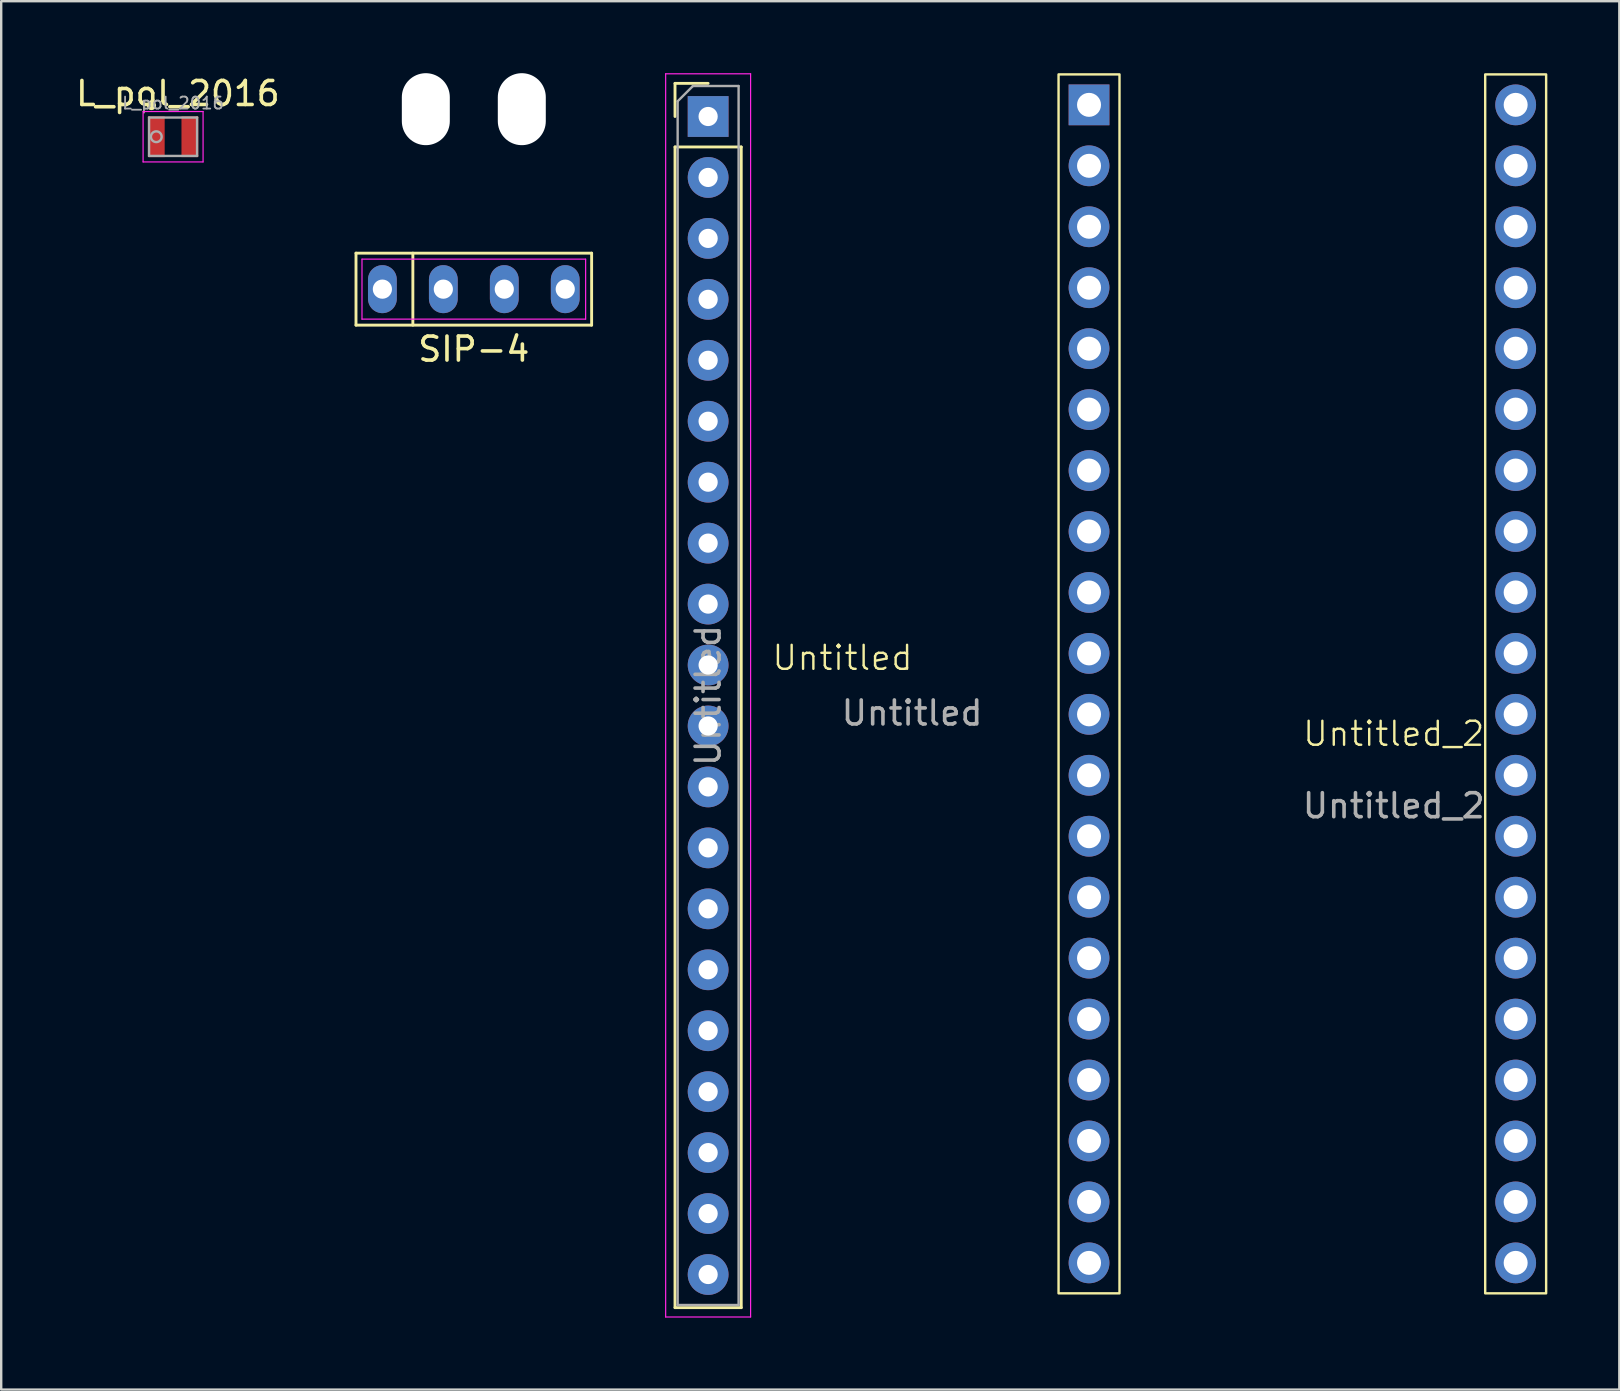
<source format=kicad_pcb>
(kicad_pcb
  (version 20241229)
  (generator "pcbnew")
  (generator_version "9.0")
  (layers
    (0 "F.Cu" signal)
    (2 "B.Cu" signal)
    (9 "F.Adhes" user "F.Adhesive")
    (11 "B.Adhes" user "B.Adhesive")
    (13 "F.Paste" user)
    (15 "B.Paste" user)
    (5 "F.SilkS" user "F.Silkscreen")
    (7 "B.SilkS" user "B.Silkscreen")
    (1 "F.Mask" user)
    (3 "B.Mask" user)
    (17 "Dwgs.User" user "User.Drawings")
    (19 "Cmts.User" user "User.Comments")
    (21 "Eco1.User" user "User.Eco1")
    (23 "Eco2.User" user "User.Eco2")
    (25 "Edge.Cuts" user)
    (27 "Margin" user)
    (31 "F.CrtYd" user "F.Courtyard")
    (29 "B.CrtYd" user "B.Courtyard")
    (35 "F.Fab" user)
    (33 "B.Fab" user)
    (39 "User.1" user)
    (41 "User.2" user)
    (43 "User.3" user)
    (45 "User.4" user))
  (footprint "SIP-4"
    (layer "F.Cu")
    (at 16.696 9)
    (property "Reference" "SIP-4" (at 0 2.5 0) (layer "F.SilkS") (effects (font (size 1 1) (thickness 0.15))))
    (attr through_hole)
    (fp_line (start -4.91 -1.5) (end 4.91 -1.5) (stroke (width 0.12) (type default)) (layer "F.SilkS"))
    (fp_line (start -4.91 1.5) (end -4.91 -1.5) (stroke (width 0.12) (type default)) (layer "F.SilkS"))
    (fp_line (start -2.54 -1.5) (end -2.54 1.5) (stroke (width 0.12) (type default)) (layer "F.SilkS"))
    (fp_line (start 4.91 -1.5) (end 4.91 1.5) (stroke (width 0.12) (type default)) (layer "F.SilkS"))
    (fp_line (start 4.91 1.5) (end -4.91 1.5) (stroke (width 0.12) (type default)) (layer "F.SilkS"))
    (fp_line (start -4.66 -1.25) (end 4.66 -1.25) (stroke (width 0.05) (type default)) (layer "F.CrtYd"))
    (fp_line (start -4.66 1.25) (end -4.66 -1.25) (stroke (width 0.05) (type default)) (layer "F.CrtYd"))
    (fp_line (start 4.66 -1.25) (end 4.66 1.25) (stroke (width 0.05) (type default)) (layer "F.CrtYd"))
    (fp_line (start 4.66 1.25) (end -4.66 1.25) (stroke (width 0.05) (type default)) (layer "F.CrtYd"))
    (pad "" np_thru_hole oval (at -2 -7.5 90) (size 3 2) (drill oval 3 2) (layers "*.Cu" "*.Mask"))
    (pad "" np_thru_hole oval (at 2 -7.5 90) (size 3 2) (drill oval 3 2) (layers "*.Cu" "*.Mask"))
    (pad "1" thru_hole oval (at -3.81 0) (size 1.2 2) (drill 0.8) (layers "*.Cu" "*.Mask"))
    (pad "2" thru_hole oval (at -1.27 0) (size 1.2 2) (drill 0.8) (layers "*.Cu" "*.Mask"))
    (pad "3" thru_hole oval (at 1.27 0) (size 1.2 2) (drill 0.8) (layers "*.Cu" "*.Mask"))
    (pad "4" thru_hole oval (at 3.81 0) (size 1.2 2) (drill 0.8) (layers "*.Cu" "*.Mask")))
  (footprint "Untitled"
    (layer "F.Cu")
    (at 26.361 25.965)
    (property "Reference" "Untitled" (at 5.7 -1.6 0) (unlocked yes) (layer "F.SilkS") (effects (font (size 1 1) (thickness 0.1))))
    (attr smd)
    (fp_line (start -1.28 -25.54) (end 0.1 -25.54) (stroke (width 0.12) (type solid)) (layer "F.SilkS"))
    (fp_line (start -1.28 -24.16) (end -1.28 -25.54) (stroke (width 0.12) (type solid)) (layer "F.SilkS"))
    (fp_line (start -1.28 -22.89) (end -1.28 25.48) (stroke (width 0.12) (type solid)) (layer "F.SilkS"))
    (fp_line (start -1.28 -22.89) (end 1.48 -22.89) (stroke (width 0.12) (type solid)) (layer "F.SilkS"))
    (fp_line (start -1.28 25.48) (end 1.48 25.48) (stroke (width 0.12) (type solid)) (layer "F.SilkS"))
    (fp_line (start 1.48 -22.89) (end 1.48 25.48) (stroke (width 0.12) (type solid)) (layer "F.SilkS"))
    (fp_line (start -1.67 -25.94) (end -1.67 25.87) (stroke (width 0.05) (type solid)) (layer "F.CrtYd"))
    (fp_line (start -1.67 25.87) (end 1.87 25.87) (stroke (width 0.05) (type solid)) (layer "F.CrtYd"))
    (fp_line (start 1.87 -25.94) (end -1.67 -25.94) (stroke (width 0.05) (type solid)) (layer "F.CrtYd"))
    (fp_line (start 1.87 25.87) (end 1.87 -25.94) (stroke (width 0.05) (type solid)) (layer "F.CrtYd"))
    (fp_line (start -1.17 -24.795) (end -0.535 -25.43) (stroke (width 0.1) (type solid)) (layer "F.Fab"))
    (fp_line (start -1.17 25.37) (end -1.17 -24.795) (stroke (width 0.1) (type solid)) (layer "F.Fab"))
    (fp_line (start -0.535 -25.43) (end 1.37 -25.43) (stroke (width 0.1) (type solid)) (layer "F.Fab"))
    (fp_line (start 1.37 -25.43) (end 1.37 25.37) (stroke (width 0.1) (type solid)) (layer "F.Fab"))
    (fp_line (start 1.37 25.37) (end -1.17 25.37) (stroke (width 0.1) (type solid)) (layer "F.Fab"))
    (fp_text user "${REFERENCE}" (at 8.6 0.7 0) (unlocked yes) (layer "F.Fab") (effects (font (size 1 1) (thickness 0.15))))
    (fp_text user "${REFERENCE}" (at 0.1 -0.03 90) (layer "F.Fab") (effects (font (size 1 1) (thickness 0.15))))
    (pad "1" thru_hole rect (at 0.1 -24.16) (size 1.7 1.7) (drill 0.8) (layers "*.Cu" "*.Mask"))
    (pad "2" thru_hole circle (at 0.1 -21.62) (size 1.7 1.7) (drill 0.8) (layers "*.Cu" "*.Mask"))
    (pad "3" thru_hole circle (at 0.1 -19.08) (size 1.7 1.7) (drill 0.8) (layers "*.Cu" "*.Mask"))
    (pad "4" thru_hole circle (at 0.1 -16.54) (size 1.7 1.7) (drill 0.8) (layers "*.Cu" "*.Mask"))
    (pad "5" thru_hole circle (at 0.1 -14) (size 1.7 1.7) (drill 0.8) (layers "*.Cu" "*.Mask"))
    (pad "6" thru_hole circle (at 0.1 -11.46) (size 1.7 1.7) (drill 0.8) (layers "*.Cu" "*.Mask"))
    (pad "7" thru_hole circle (at 0.1 -8.92) (size 1.7 1.7) (drill 0.8) (layers "*.Cu" "*.Mask"))
    (pad "8" thru_hole circle (at 0.1 -6.38) (size 1.7 1.7) (drill 0.8) (layers "*.Cu" "*.Mask"))
    (pad "9" thru_hole circle (at 0.1 -3.84) (size 1.7 1.7) (drill 0.8) (layers "*.Cu" "*.Mask"))
    (pad "10" thru_hole circle (at 0.1 -1.3) (size 1.7 1.7) (drill 0.8) (layers "*.Cu" "*.Mask"))
    (pad "11" thru_hole circle (at 0.1 1.24) (size 1.7 1.7) (drill 0.8) (layers "*.Cu" "*.Mask"))
    (pad "12" thru_hole circle (at 0.1 3.78) (size 1.7 1.7) (drill 0.8) (layers "*.Cu" "*.Mask"))
    (pad "13" thru_hole circle (at 0.1 6.32) (size 1.7 1.7) (drill 0.8) (layers "*.Cu" "*.Mask"))
    (pad "14" thru_hole circle (at 0.1 8.86) (size 1.7 1.7) (drill 0.8) (layers "*.Cu" "*.Mask"))
    (pad "15" thru_hole circle (at 0.1 11.4) (size 1.7 1.7) (drill 0.8) (layers "*.Cu" "*.Mask"))
    (pad "16" thru_hole circle (at 0.1 13.94) (size 1.7 1.7) (drill 0.8) (layers "*.Cu" "*.Mask"))
    (pad "17" thru_hole circle (at 0.1 16.48) (size 1.7 1.7) (drill 0.8) (layers "*.Cu" "*.Mask"))
    (pad "18" thru_hole circle (at 0.1 19.02) (size 1.7 1.7) (drill 0.8) (layers "*.Cu" "*.Mask"))
    (pad "19" thru_hole circle (at 0.1 21.56) (size 1.7 1.7) (drill 0.8) (layers "*.Cu" "*.Mask"))
    (pad "20" thru_hole circle (at 0.1 24.1) (size 1.7 1.7) (drill 0.8) (layers "*.Cu" "*.Mask")))
  (footprint "Untitled_2"
    (layer "F.Cu")
    (at 42.335 25.45)
    (property "Reference" "Untitled_2" (at 12.7 2.08 0) (unlocked yes) (layer "F.SilkS") (effects (font (size 1 1) (thickness 0.1))))
    (attr smd)
    (fp_rect (start -1.27 -25.4) (end 1.27 25.4) (stroke (width 0.1) (type default)) (fill no) (layer "F.SilkS"))
    (fp_rect (start 16.51 -25.4) (end 19.05 25.4) (stroke (width 0.1) (type default)) (fill no) (layer "F.SilkS"))
    (fp_text user "${REFERENCE}" (at 12.7 5.08 0) (unlocked yes) (layer "F.Fab") (effects (font (size 1 1) (thickness 0.15))))
    (pad "1" thru_hole rect (at 0 -24.13) (size 1.7 1.7) (drill 1) (layers "*.Cu" "*.Mask"))
    (pad "2" thru_hole circle (at 0 -21.59) (size 1.7 1.7) (drill 1) (layers "*.Cu" "*.Mask"))
    (pad "3" thru_hole circle (at 0 -19.05) (size 1.7 1.7) (drill 1) (layers "*.Cu" "*.Mask"))
    (pad "4" thru_hole circle (at 0 -16.51) (size 1.7 1.7) (drill 1) (layers "*.Cu" "*.Mask"))
    (pad "5" thru_hole circle (at 0 -13.97) (size 1.7 1.7) (drill 1) (layers "*.Cu" "*.Mask"))
    (pad "6" thru_hole circle (at 0 -11.43) (size 1.7 1.7) (drill 1) (layers "*.Cu" "*.Mask"))
    (pad "7" thru_hole circle (at 0 -8.89) (size 1.7 1.7) (drill 1) (layers "*.Cu" "*.Mask"))
    (pad "8" thru_hole circle (at 0 -6.35) (size 1.7 1.7) (drill 1) (layers "*.Cu" "*.Mask"))
    (pad "9" thru_hole circle (at 0 -3.81) (size 1.7 1.7) (drill 1) (layers "*.Cu" "*.Mask"))
    (pad "10" thru_hole circle (at 0 -1.27) (size 1.7 1.7) (drill 1) (layers "*.Cu" "*.Mask"))
    (pad "11" thru_hole circle (at 0 1.27) (size 1.7 1.7) (drill 1) (layers "*.Cu" "*.Mask"))
    (pad "12" thru_hole circle (at 0 3.81) (size 1.7 1.7) (drill 1) (layers "*.Cu" "*.Mask"))
    (pad "13" thru_hole circle (at 0 6.35) (size 1.7 1.7) (drill 1) (layers "*.Cu" "*.Mask"))
    (pad "14" thru_hole circle (at 0 8.89) (size 1.7 1.7) (drill 1) (layers "*.Cu" "*.Mask"))
    (pad "15" thru_hole circle (at 0 11.43) (size 1.7 1.7) (drill 1) (layers "*.Cu" "*.Mask"))
    (pad "16" thru_hole circle (at 0 13.97) (size 1.7 1.7) (drill 1) (layers "*.Cu" "*.Mask"))
    (pad "17" thru_hole circle (at 0 16.51) (size 1.7 1.7) (drill 1) (layers "*.Cu" "*.Mask"))
    (pad "18" thru_hole circle (at 0 19.05) (size 1.7 1.7) (drill 1) (layers "*.Cu" "*.Mask"))
    (pad "19" thru_hole circle (at 0 21.59) (size 1.7 1.7) (drill 1) (layers "*.Cu" "*.Mask"))
    (pad "20" thru_hole circle (at 0 24.13) (size 1.7 1.7) (drill 1) (layers "*.Cu" "*.Mask"))
    (pad "21" thru_hole circle (at 17.78 24.13 180) (size 1.7 1.7) (drill 1) (layers "*.Cu" "*.Mask"))
    (pad "22" thru_hole circle (at 17.78 21.59 180) (size 1.7 1.7) (drill 1) (layers "*.Cu" "*.Mask"))
    (pad "23" thru_hole circle (at 17.78 19.05 180) (size 1.7 1.7) (drill 1) (layers "*.Cu" "*.Mask"))
    (pad "24" thru_hole circle (at 17.78 16.51 180) (size 1.7 1.7) (drill 1) (layers "*.Cu" "*.Mask"))
    (pad "25" thru_hole circle (at 17.78 13.97 180) (size 1.7 1.7) (drill 1) (layers "*.Cu" "*.Mask"))
    (pad "26" thru_hole circle (at 17.78 11.43 180) (size 1.7 1.7) (drill 1) (layers "*.Cu" "*.Mask"))
    (pad "27" thru_hole circle (at 17.78 8.89 180) (size 1.7 1.7) (drill 1) (layers "*.Cu" "*.Mask"))
    (pad "28" thru_hole circle (at 17.78 6.35 180) (size 1.7 1.7) (drill 1) (layers "*.Cu" "*.Mask"))
    (pad "29" thru_hole circle (at 17.78 3.81 180) (size 1.7 1.7) (drill 1) (layers "*.Cu" "*.Mask"))
    (pad "30" thru_hole circle (at 17.78 1.27 180) (size 1.7 1.7) (drill 1) (layers "*.Cu" "*.Mask"))
    (pad "31" thru_hole circle (at 17.78 -1.27 180) (size 1.7 1.7) (drill 1) (layers "*.Cu" "*.Mask"))
    (pad "32" thru_hole circle (at 17.78 -3.81 180) (size 1.7 1.7) (drill 1) (layers "*.Cu" "*.Mask"))
    (pad "33" thru_hole circle (at 17.78 -6.35 180) (size 1.7 1.7) (drill 1) (layers "*.Cu" "*.Mask"))
    (pad "34" thru_hole circle (at 17.78 -8.89 180) (size 1.7 1.7) (drill 1) (layers "*.Cu" "*.Mask"))
    (pad "35" thru_hole circle (at 17.78 -11.43 180) (size 1.7 1.7) (drill 1) (layers "*.Cu" "*.Mask"))
    (pad "36" thru_hole circle (at 17.78 -13.97 180) (size 1.7 1.7) (drill 1) (layers "*.Cu" "*.Mask"))
    (pad "37" thru_hole circle (at 17.78 -16.51 180) (size 1.7 1.7) (drill 1) (layers "*.Cu" "*.Mask"))
    (pad "38" thru_hole circle (at 17.78 -19.05 180) (size 1.7 1.7) (drill 1) (layers "*.Cu" "*.Mask"))
    (pad "39" thru_hole circle (at 17.78 -21.59 180) (size 1.7 1.7) (drill 1) (layers "*.Cu" "*.Mask"))
    (pad "40" thru_hole circle (at 17.78 -24.13 180) (size 1.7 1.7) (drill 1) (layers "*.Cu" "*.Mask")))
  (footprint "L_pol_2016"
    (layer "F.Cu")
    (at 4.163 2.648)
    (property "Reference" "L_pol_2016" (at 0.2 -1.8 0) (layer "F.SilkS") (effects (font (size 1 1) (thickness 0.15))))
    (attr smd)
    (fp_circle (center -0.9 -1.3) (end -0.759 -1.3) (stroke (width 0.1) (type solid)) (fill yes) (layer "F.SilkS"))
    (fp_line (start -1.25 -1.05) (end -1.25 1.05) (stroke (width 0.05) (type solid)) (layer "F.CrtYd"))
    (fp_line (start -1.25 1.05) (end 1.25 1.05) (stroke (width 0.05) (type solid)) (layer "F.CrtYd"))
    (fp_line (start 1.25 -1.05) (end -1.25 -1.05) (stroke (width 0.05) (type solid)) (layer "F.CrtYd"))
    (fp_line (start 1.25 1.05) (end 1.25 -1.05) (stroke (width 0.05) (type solid)) (layer "F.CrtYd"))
    (fp_line (start -1 -0.8) (end -1 0.8) (stroke (width 0.1) (type solid)) (layer "F.Fab"))
    (fp_line (start -1 0.8) (end 1 0.8) (stroke (width 0.1) (type solid)) (layer "F.Fab"))
    (fp_line (start 1 -0.8) (end -1 -0.8) (stroke (width 0.1) (type solid)) (layer "F.Fab"))
    (fp_line (start 1 0.8) (end 1 -0.8) (stroke (width 0.1) (type solid)) (layer "F.Fab"))
    (fp_circle (center -0.7 0) (end -0.476 0) (stroke (width 0.1) (type solid)) (fill no) (layer "F.Fab"))
    (fp_text user "${REFERENCE}" (at 0 -1.4 0) (layer "F.Fab") (effects (font (size 0.5 0.5) (thickness 0.075))))
    (pad "1" smd rect (at -0.7 0) (size 0.7 1.7) (layers "F.Cu" "F.Mask" "F.Paste"))
    (pad "2" smd rect (at 0.7 0) (size 0.7 1.7) (layers "F.Cu" "F.Mask" "F.Paste")))
  (gr_rect
    (start -3 -3)
    (end 64.435 54.86)
    (stroke (width 0.1) (type default))
    (fill no)
    (layer "Edge.Cuts")))
</source>
